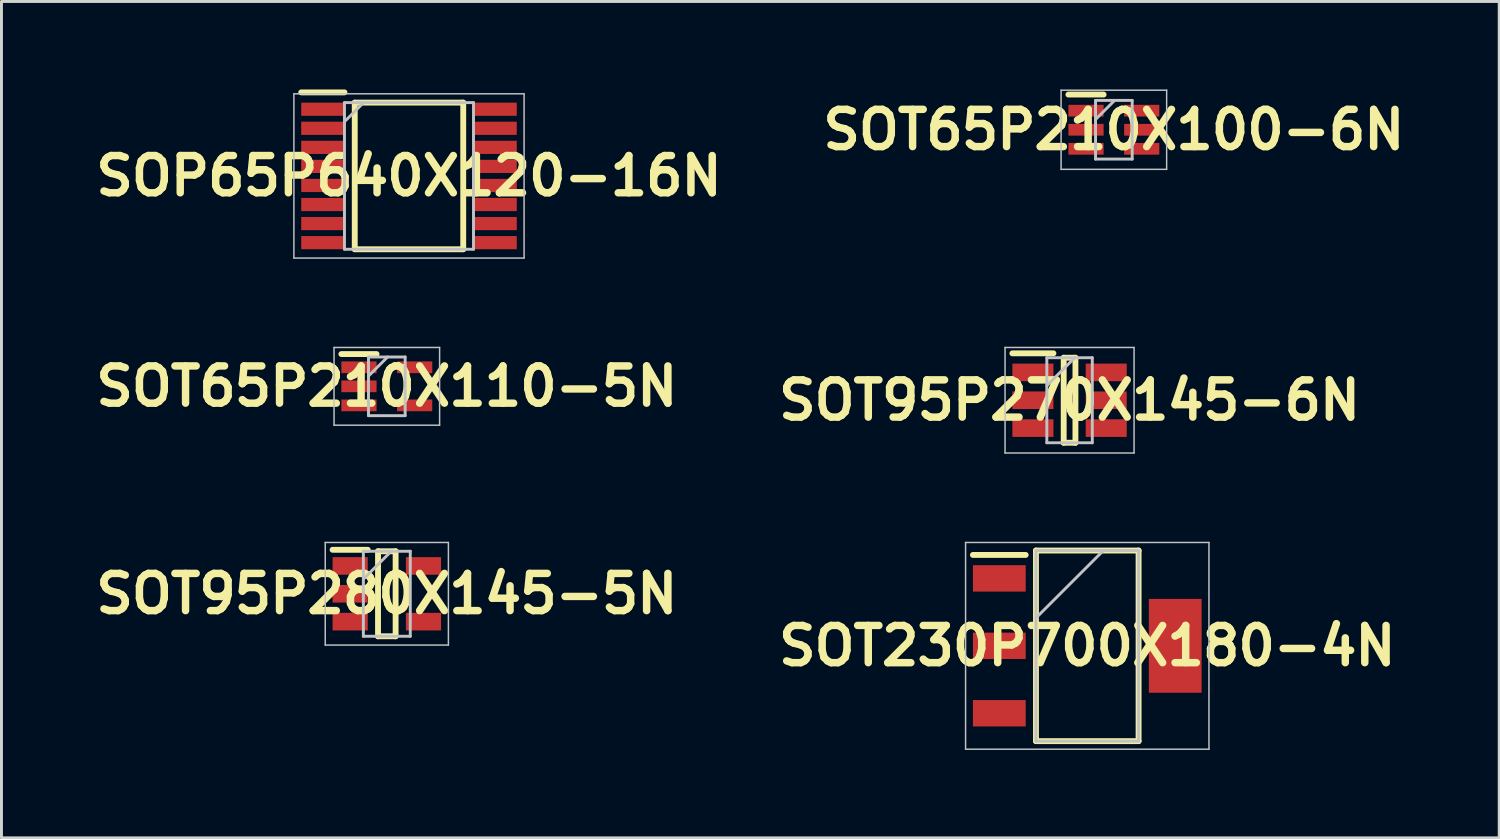
<source format=kicad_pcb>
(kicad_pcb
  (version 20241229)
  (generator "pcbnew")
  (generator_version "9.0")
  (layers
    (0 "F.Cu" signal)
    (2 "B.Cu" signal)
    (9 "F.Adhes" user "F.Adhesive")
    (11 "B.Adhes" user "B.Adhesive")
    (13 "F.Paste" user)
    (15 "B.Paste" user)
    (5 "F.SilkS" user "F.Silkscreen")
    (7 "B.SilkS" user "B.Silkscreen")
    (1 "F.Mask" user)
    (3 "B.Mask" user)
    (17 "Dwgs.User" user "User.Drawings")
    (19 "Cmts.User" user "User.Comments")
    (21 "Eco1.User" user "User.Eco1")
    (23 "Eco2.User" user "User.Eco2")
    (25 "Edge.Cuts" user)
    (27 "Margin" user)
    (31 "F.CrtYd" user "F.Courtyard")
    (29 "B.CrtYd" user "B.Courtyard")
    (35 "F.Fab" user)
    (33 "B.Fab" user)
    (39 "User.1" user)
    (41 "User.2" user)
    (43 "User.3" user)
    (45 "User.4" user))
  (footprint "SOT95P280X145-5N"
    (layer "F.Cu")
    (at 10.142 17.2)
    (property "Reference" "SOT95P280X145-5N" (at 0 0 0) (layer "F.SilkS") (effects (font (size 1.27 1.27) (thickness 0.254))))
    (attr smd)
    (fp_line (start -1.85 -1.5) (end -0.65 -1.5) (stroke (width 0.2) (type solid)) (layer "F.SilkS"))
    (fp_line (start -0.3 -1.45) (end 0.3 -1.45) (stroke (width 0.2) (type solid)) (layer "F.SilkS"))
    (fp_line (start -0.3 1.45) (end -0.3 -1.45) (stroke (width 0.2) (type solid)) (layer "F.SilkS"))
    (fp_line (start 0.3 -1.45) (end 0.3 1.45) (stroke (width 0.2) (type solid)) (layer "F.SilkS"))
    (fp_line (start 0.3 1.45) (end -0.3 1.45) (stroke (width 0.2) (type solid)) (layer "F.SilkS"))
    (fp_line (start -2.1 -1.75) (end 2.1 -1.75) (stroke (width 0.05) (type solid)) (layer "Dwgs.User"))
    (fp_line (start -2.1 1.75) (end -2.1 -1.75) (stroke (width 0.05) (type solid)) (layer "Dwgs.User"))
    (fp_line (start -0.8 -1.45) (end 0.8 -1.45) (stroke (width 0.1) (type solid)) (layer "Dwgs.User"))
    (fp_line (start -0.8 -0.5) (end 0.15 -1.45) (stroke (width 0.1) (type solid)) (layer "Dwgs.User"))
    (fp_line (start -0.8 1.45) (end -0.8 -1.45) (stroke (width 0.1) (type solid)) (layer "Dwgs.User"))
    (fp_line (start 0.8 -1.45) (end 0.8 1.45) (stroke (width 0.1) (type solid)) (layer "Dwgs.User"))
    (fp_line (start 0.8 1.45) (end -0.8 1.45) (stroke (width 0.1) (type solid)) (layer "Dwgs.User"))
    (fp_line (start 2.1 -1.75) (end 2.1 1.75) (stroke (width 0.05) (type solid)) (layer "Dwgs.User"))
    (fp_line (start 2.1 1.75) (end -2.1 1.75) (stroke (width 0.05) (type solid)) (layer "Dwgs.User"))
    (pad "1" smd rect (at -1.25 -0.95 90) (size 0.6 1.2) (layers "F.Cu" "F.Mask" "F.Paste"))
    (pad "2" smd rect (at -1.25 0 90) (size 0.6 1.2) (layers "F.Cu" "F.Mask" "F.Paste"))
    (pad "3" smd rect (at -1.25 0.95 90) (size 0.6 1.2) (layers "F.Cu" "F.Mask" "F.Paste"))
    (pad "4" smd rect (at 1.25 0.95 90) (size 0.6 1.2) (layers "F.Cu" "F.Mask" "F.Paste"))
    (pad "5" smd rect (at 1.25 -0.95 90) (size 0.6 1.2) (layers "F.Cu" "F.Mask" "F.Paste")))
  (footprint "SOP65P640X120-16N"
    (layer "F.Cu")
    (at 10.898 2.95)
    (property "Reference" "SOP65P640X120-16N" (at 0 0 0) (layer "F.SilkS") (effects (font (size 1.27 1.27) (thickness 0.254))))
    (attr smd)
    (fp_line (start -3.675 -2.85) (end -2.2 -2.85) (stroke (width 0.2) (type solid)) (layer "F.SilkS"))
    (fp_line (start -1.85 -2.5) (end 1.85 -2.5) (stroke (width 0.2) (type solid)) (layer "F.SilkS"))
    (fp_line (start -1.85 2.5) (end -1.85 -2.5) (stroke (width 0.2) (type solid)) (layer "F.SilkS"))
    (fp_line (start 1.85 -2.5) (end 1.85 2.5) (stroke (width 0.2) (type solid)) (layer "F.SilkS"))
    (fp_line (start 1.85 2.5) (end -1.85 2.5) (stroke (width 0.2) (type solid)) (layer "F.SilkS"))
    (fp_line (start -3.925 -2.8) (end 3.925 -2.8) (stroke (width 0.05) (type solid)) (layer "Dwgs.User"))
    (fp_line (start -3.925 2.8) (end -3.925 -2.8) (stroke (width 0.05) (type solid)) (layer "Dwgs.User"))
    (fp_line (start -2.2 -2.5) (end 2.2 -2.5) (stroke (width 0.1) (type solid)) (layer "Dwgs.User"))
    (fp_line (start -2.2 -1.85) (end -1.55 -2.5) (stroke (width 0.1) (type solid)) (layer "Dwgs.User"))
    (fp_line (start -2.2 2.5) (end -2.2 -2.5) (stroke (width 0.1) (type solid)) (layer "Dwgs.User"))
    (fp_line (start 2.2 -2.5) (end 2.2 2.5) (stroke (width 0.1) (type solid)) (layer "Dwgs.User"))
    (fp_line (start 2.2 2.5) (end -2.2 2.5) (stroke (width 0.1) (type solid)) (layer "Dwgs.User"))
    (fp_line (start 3.925 -2.8) (end 3.925 2.8) (stroke (width 0.05) (type solid)) (layer "Dwgs.User"))
    (fp_line (start 3.925 2.8) (end -3.925 2.8) (stroke (width 0.05) (type solid)) (layer "Dwgs.User"))
    (pad "1" smd rect (at -2.938 -2.275 90) (size 0.45 1.475) (layers "F.Cu" "F.Mask" "F.Paste"))
    (pad "2" smd rect (at -2.938 -1.625 90) (size 0.45 1.475) (layers "F.Cu" "F.Mask" "F.Paste"))
    (pad "3" smd rect (at -2.938 -0.975 90) (size 0.45 1.475) (layers "F.Cu" "F.Mask" "F.Paste"))
    (pad "4" smd rect (at -2.938 -0.325 90) (size 0.45 1.475) (layers "F.Cu" "F.Mask" "F.Paste"))
    (pad "5" smd rect (at -2.938 0.325 90) (size 0.45 1.475) (layers "F.Cu" "F.Mask" "F.Paste"))
    (pad "6" smd rect (at -2.938 0.975 90) (size 0.45 1.475) (layers "F.Cu" "F.Mask" "F.Paste"))
    (pad "7" smd rect (at -2.938 1.625 90) (size 0.45 1.475) (layers "F.Cu" "F.Mask" "F.Paste"))
    (pad "8" smd rect (at -2.938 2.275 90) (size 0.45 1.475) (layers "F.Cu" "F.Mask" "F.Paste"))
    (pad "9" smd rect (at 2.938 2.275 90) (size 0.45 1.475) (layers "F.Cu" "F.Mask" "F.Paste"))
    (pad "10" smd rect (at 2.938 1.625 90) (size 0.45 1.475) (layers "F.Cu" "F.Mask" "F.Paste"))
    (pad "11" smd rect (at 2.938 0.975 90) (size 0.45 1.475) (layers "F.Cu" "F.Mask" "F.Paste"))
    (pad "12" smd rect (at 2.938 0.325 90) (size 0.45 1.475) (layers "F.Cu" "F.Mask" "F.Paste"))
    (pad "13" smd rect (at 2.938 -0.325 90) (size 0.45 1.475) (layers "F.Cu" "F.Mask" "F.Paste"))
    (pad "14" smd rect (at 2.938 -0.975 90) (size 0.45 1.475) (layers "F.Cu" "F.Mask" "F.Paste"))
    (pad "15" smd rect (at 2.938 -1.625 90) (size 0.45 1.475) (layers "F.Cu" "F.Mask" "F.Paste"))
    (pad "16" smd rect (at 2.938 -2.275 90) (size 0.45 1.475) (layers "F.Cu" "F.Mask" "F.Paste")))
  (footprint "SOT65P210X110-5N"
    (layer "F.Cu")
    (at 10.142 10.125)
    (property "Reference" "SOT65P210X110-5N" (at 0 0 0) (layer "F.SilkS") (effects (font (size 1.27 1.27) (thickness 0.254))))
    (attr smd)
    (fp_line (start -1.55 -1.1) (end -0.35 -1.1) (stroke (width 0.2) (type solid)) (layer "F.SilkS"))
    (fp_line (start -1.8 -1.325) (end 1.8 -1.325) (stroke (width 0.05) (type solid)) (layer "Dwgs.User"))
    (fp_line (start -1.8 1.325) (end -1.8 -1.325) (stroke (width 0.05) (type solid)) (layer "Dwgs.User"))
    (fp_line (start -0.625 -1) (end 0.625 -1) (stroke (width 0.1) (type solid)) (layer "Dwgs.User"))
    (fp_line (start -0.625 -0.35) (end 0.025 -1) (stroke (width 0.1) (type solid)) (layer "Dwgs.User"))
    (fp_line (start -0.625 1) (end -0.625 -1) (stroke (width 0.1) (type solid)) (layer "Dwgs.User"))
    (fp_line (start 0.625 -1) (end 0.625 1) (stroke (width 0.1) (type solid)) (layer "Dwgs.User"))
    (fp_line (start 0.625 1) (end -0.625 1) (stroke (width 0.1) (type solid)) (layer "Dwgs.User"))
    (fp_line (start 1.8 -1.325) (end 1.8 1.325) (stroke (width 0.05) (type solid)) (layer "Dwgs.User"))
    (fp_line (start 1.8 1.325) (end -1.8 1.325) (stroke (width 0.05) (type solid)) (layer "Dwgs.User"))
    (pad "1" smd rect (at -0.95 -0.65 90) (size 0.4 1.2) (layers "F.Cu" "F.Mask" "F.Paste"))
    (pad "2" smd rect (at -0.95 0 90) (size 0.4 1.2) (layers "F.Cu" "F.Mask" "F.Paste"))
    (pad "3" smd rect (at -0.95 0.65 90) (size 0.4 1.2) (layers "F.Cu" "F.Mask" "F.Paste"))
    (pad "4" smd rect (at 0.95 0.65 90) (size 0.4 1.2) (layers "F.Cu" "F.Mask" "F.Paste"))
    (pad "5" smd rect (at 0.95 -0.65 90) (size 0.4 1.2) (layers "F.Cu" "F.Mask" "F.Paste")))
  (footprint "SOT65P210X100-6N"
    (layer "F.Cu")
    (at 34.937 1.375)
    (property "Reference" "SOT65P210X100-6N" (at 0 0 0) (layer "F.SilkS") (effects (font (size 1.27 1.27) (thickness 0.254))))
    (attr smd)
    (fp_line (start -1.55 -1.2) (end -0.35 -1.2) (stroke (width 0.2) (type solid)) (layer "F.SilkS"))
    (fp_line (start -1.8 -1.35) (end 1.8 -1.35) (stroke (width 0.05) (type solid)) (layer "Dwgs.User"))
    (fp_line (start -1.8 1.35) (end -1.8 -1.35) (stroke (width 0.05) (type solid)) (layer "Dwgs.User"))
    (fp_line (start -0.625 -1) (end 0.625 -1) (stroke (width 0.1) (type solid)) (layer "Dwgs.User"))
    (fp_line (start -0.625 -0.35) (end 0.025 -1) (stroke (width 0.1) (type solid)) (layer "Dwgs.User"))
    (fp_line (start -0.625 1) (end -0.625 -1) (stroke (width 0.1) (type solid)) (layer "Dwgs.User"))
    (fp_line (start 0.625 -1) (end 0.625 1) (stroke (width 0.1) (type solid)) (layer "Dwgs.User"))
    (fp_line (start 0.625 1) (end -0.625 1) (stroke (width 0.1) (type solid)) (layer "Dwgs.User"))
    (fp_line (start 1.8 -1.35) (end 1.8 1.35) (stroke (width 0.05) (type solid)) (layer "Dwgs.User"))
    (fp_line (start 1.8 1.35) (end -1.8 1.35) (stroke (width 0.05) (type solid)) (layer "Dwgs.User"))
    (pad "1" smd rect (at -0.95 -0.65 90) (size 0.4 1.2) (layers "F.Cu" "F.Mask" "F.Paste"))
    (pad "2" smd rect (at -0.95 0 90) (size 0.4 1.2) (layers "F.Cu" "F.Mask" "F.Paste"))
    (pad "3" smd rect (at -0.95 0.65 90) (size 0.4 1.2) (layers "F.Cu" "F.Mask" "F.Paste"))
    (pad "4" smd rect (at 0.95 0.65 90) (size 0.4 1.2) (layers "F.Cu" "F.Mask" "F.Paste"))
    (pad "5" smd rect (at 0.95 0 90) (size 0.4 1.2) (layers "F.Cu" "F.Mask" "F.Paste"))
    (pad "6" smd rect (at 0.95 -0.65 90) (size 0.4 1.2) (layers "F.Cu" "F.Mask" "F.Paste")))
  (footprint "SOT230P700X180-4N"
    (layer "F.Cu")
    (at 34.03 18.975)
    (property "Reference" "SOT230P700X180-4N" (at 0 0 0) (layer "F.SilkS") (effects (font (size 1.27 1.27) (thickness 0.254))))
    (attr smd)
    (fp_line (start -3.9 -3.1) (end -2.1 -3.1) (stroke (width 0.2) (type solid)) (layer "F.SilkS"))
    (fp_line (start -1.75 -3.25) (end 1.75 -3.25) (stroke (width 0.2) (type solid)) (layer "F.SilkS"))
    (fp_line (start -1.75 3.25) (end -1.75 -3.25) (stroke (width 0.2) (type solid)) (layer "F.SilkS"))
    (fp_line (start 1.75 -3.25) (end 1.75 3.25) (stroke (width 0.2) (type solid)) (layer "F.SilkS"))
    (fp_line (start 1.75 3.25) (end -1.75 3.25) (stroke (width 0.2) (type solid)) (layer "F.SilkS"))
    (fp_line (start -4.15 -3.525) (end 4.15 -3.525) (stroke (width 0.05) (type solid)) (layer "Dwgs.User"))
    (fp_line (start -4.15 3.525) (end -4.15 -3.525) (stroke (width 0.05) (type solid)) (layer "Dwgs.User"))
    (fp_line (start -1.75 -3.25) (end 1.75 -3.25) (stroke (width 0.1) (type solid)) (layer "Dwgs.User"))
    (fp_line (start -1.75 -0.95) (end 0.55 -3.25) (stroke (width 0.1) (type solid)) (layer "Dwgs.User"))
    (fp_line (start -1.75 3.25) (end -1.75 -3.25) (stroke (width 0.1) (type solid)) (layer "Dwgs.User"))
    (fp_line (start 1.75 -3.25) (end 1.75 3.25) (stroke (width 0.1) (type solid)) (layer "Dwgs.User"))
    (fp_line (start 1.75 3.25) (end -1.75 3.25) (stroke (width 0.1) (type solid)) (layer "Dwgs.User"))
    (fp_line (start 4.15 -3.525) (end 4.15 3.525) (stroke (width 0.05) (type solid)) (layer "Dwgs.User"))
    (fp_line (start 4.15 3.525) (end -4.15 3.525) (stroke (width 0.05) (type solid)) (layer "Dwgs.User"))
    (pad "1" smd rect (at -3 -2.3 90) (size 0.9 1.8) (layers "F.Cu" "F.Mask" "F.Paste"))
    (pad "2" smd rect (at -3 0 90) (size 0.9 1.8) (layers "F.Cu" "F.Mask" "F.Paste"))
    (pad "3" smd rect (at -3 2.3 90) (size 0.9 1.8) (layers "F.Cu" "F.Mask" "F.Paste"))
    (pad "4" smd rect (at 3 0) (size 1.8 3.2) (layers "F.Cu" "F.Mask" "F.Paste")))
  (footprint "SOT95P270X145-6N"
    (layer "F.Cu")
    (at 33.426 10.6)
    (property "Reference" "SOT95P270X145-6N" (at 0 0 0) (layer "F.SilkS") (effects (font (size 1.27 1.27) (thickness 0.254))))
    (attr smd)
    (fp_line (start -1.95 -1.6) (end -0.55 -1.6) (stroke (width 0.2) (type solid)) (layer "F.SilkS"))
    (fp_line (start -0.2 -1.45) (end 0.2 -1.45) (stroke (width 0.2) (type solid)) (layer "F.SilkS"))
    (fp_line (start -0.2 1.45) (end -0.2 -1.45) (stroke (width 0.2) (type solid)) (layer "F.SilkS"))
    (fp_line (start 0.2 -1.45) (end 0.2 1.45) (stroke (width 0.2) (type solid)) (layer "F.SilkS"))
    (fp_line (start 0.2 1.45) (end -0.2 1.45) (stroke (width 0.2) (type solid)) (layer "F.SilkS"))
    (fp_line (start -2.2 -1.8) (end 2.2 -1.8) (stroke (width 0.05) (type solid)) (layer "Dwgs.User"))
    (fp_line (start -2.2 1.8) (end -2.2 -1.8) (stroke (width 0.05) (type solid)) (layer "Dwgs.User"))
    (fp_line (start -0.775 -1.45) (end 0.775 -1.45) (stroke (width 0.1) (type solid)) (layer "Dwgs.User"))
    (fp_line (start -0.775 -0.5) (end 0.175 -1.45) (stroke (width 0.1) (type solid)) (layer "Dwgs.User"))
    (fp_line (start -0.775 1.45) (end -0.775 -1.45) (stroke (width 0.1) (type solid)) (layer "Dwgs.User"))
    (fp_line (start 0.775 -1.45) (end 0.775 1.45) (stroke (width 0.1) (type solid)) (layer "Dwgs.User"))
    (fp_line (start 0.775 1.45) (end -0.775 1.45) (stroke (width 0.1) (type solid)) (layer "Dwgs.User"))
    (fp_line (start 2.2 -1.8) (end 2.2 1.8) (stroke (width 0.05) (type solid)) (layer "Dwgs.User"))
    (fp_line (start 2.2 1.8) (end -2.2 1.8) (stroke (width 0.05) (type solid)) (layer "Dwgs.User"))
    (pad "1" smd rect (at -1.25 -0.95 90) (size 0.6 1.4) (layers "F.Cu" "F.Mask" "F.Paste"))
    (pad "2" smd rect (at -1.25 0 90) (size 0.6 1.4) (layers "F.Cu" "F.Mask" "F.Paste"))
    (pad "3" smd rect (at -1.25 0.95 90) (size 0.6 1.4) (layers "F.Cu" "F.Mask" "F.Paste"))
    (pad "4" smd rect (at 1.25 0.95 90) (size 0.6 1.4) (layers "F.Cu" "F.Mask" "F.Paste"))
    (pad "5" smd rect (at 1.25 0 90) (size 0.6 1.4) (layers "F.Cu" "F.Mask" "F.Paste"))
    (pad "6" smd rect (at 1.25 -0.95 90) (size 0.6 1.4) (layers "F.Cu" "F.Mask" "F.Paste")))
  (gr_rect
    (start -3 -3)
    (end 48.079 25.525)
    (stroke (width 0.1) (type default))
    (fill no)
    (layer "Edge.Cuts")))
</source>
